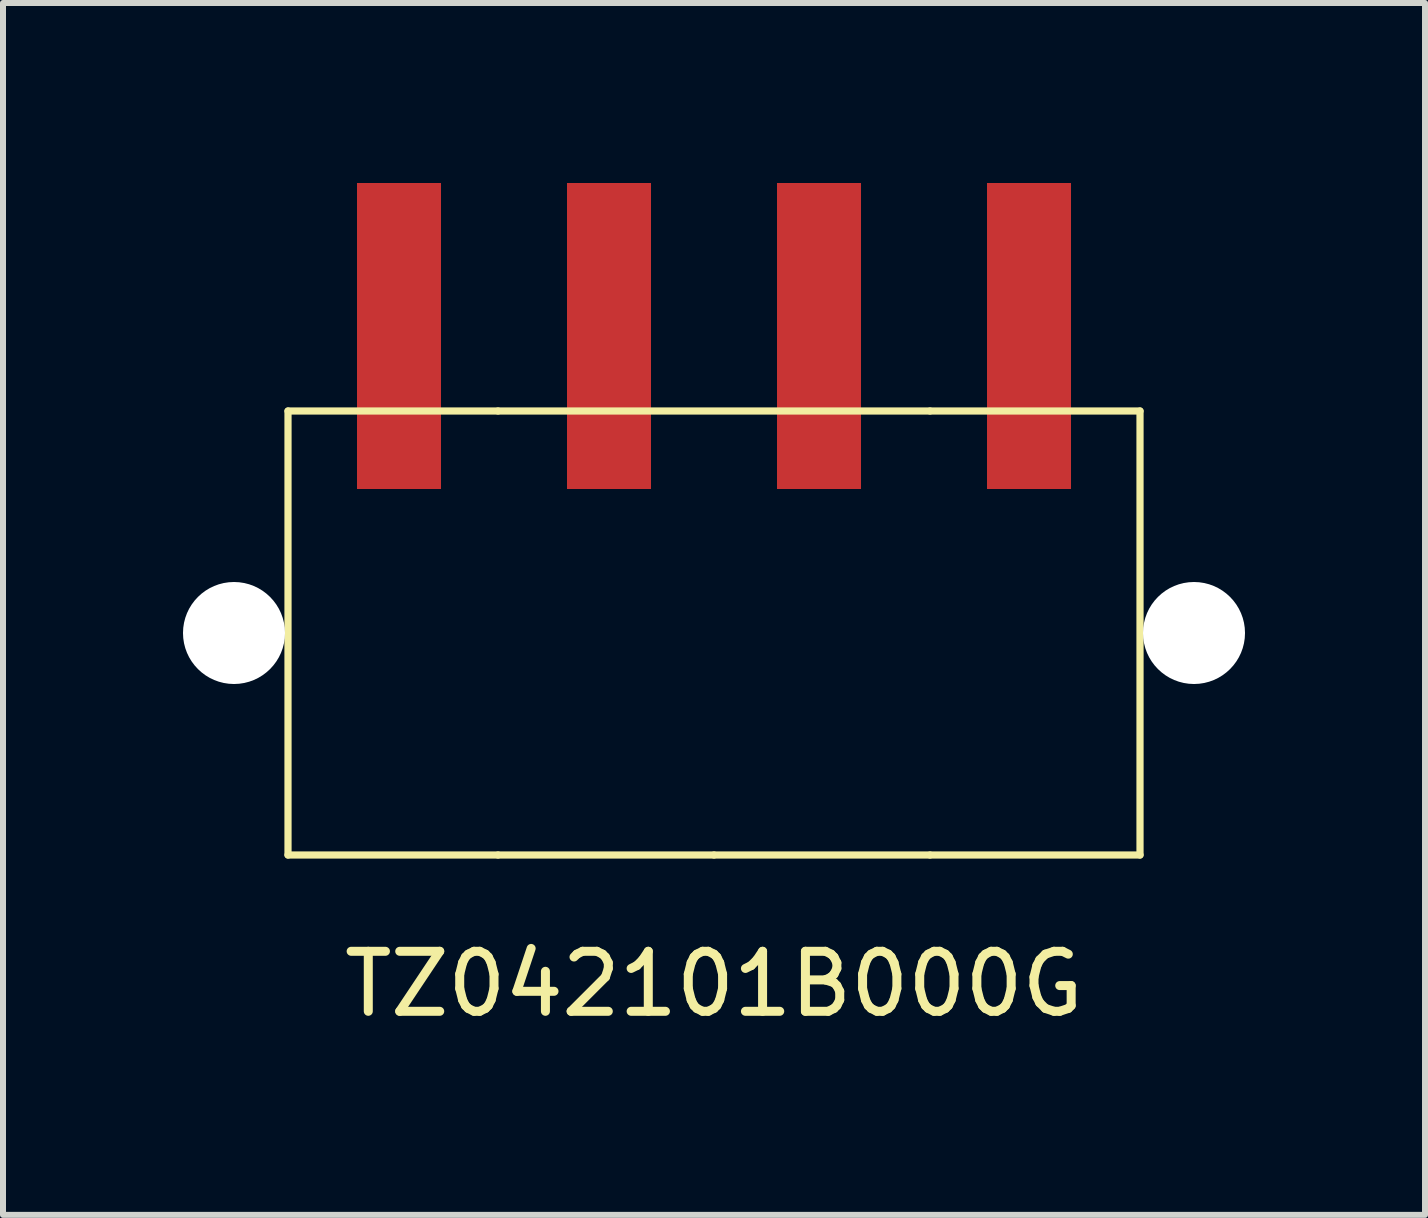
<source format=kicad_pcb>
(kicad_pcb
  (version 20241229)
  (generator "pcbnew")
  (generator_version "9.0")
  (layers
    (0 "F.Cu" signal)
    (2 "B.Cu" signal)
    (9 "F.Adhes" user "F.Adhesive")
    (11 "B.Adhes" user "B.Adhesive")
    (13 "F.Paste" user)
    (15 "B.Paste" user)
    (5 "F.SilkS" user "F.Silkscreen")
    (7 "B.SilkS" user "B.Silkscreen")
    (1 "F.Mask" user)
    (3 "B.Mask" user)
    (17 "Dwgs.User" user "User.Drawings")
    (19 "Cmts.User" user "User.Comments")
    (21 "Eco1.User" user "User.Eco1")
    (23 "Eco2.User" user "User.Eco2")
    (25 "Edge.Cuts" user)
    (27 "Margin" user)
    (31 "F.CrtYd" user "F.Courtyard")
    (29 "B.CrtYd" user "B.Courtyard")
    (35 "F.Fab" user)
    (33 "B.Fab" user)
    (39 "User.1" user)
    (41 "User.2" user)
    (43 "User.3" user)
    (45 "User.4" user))
  (footprint "TZ042101B000G"
    (layer "F.Cu")
    (at 8.85 7.5)
    (property "Reference" "TZ042101B000G" (at 0 5.85 0) (layer "F.SilkS") (effects (font (size 1 1) (thickness 0.15))))
    (attr through_hole)
    (fp_line (start -7.1 -3.7) (end -3.6 -3.7) (stroke (width 0.12) (type solid)) (layer "F.SilkS"))
    (fp_line (start -7.1 3.7) (end -7.1 -3.7) (stroke (width 0.12) (type solid)) (layer "F.SilkS"))
    (fp_line (start -3.6 -3.7) (end 3.6 -3.7) (stroke (width 0.12) (type solid)) (layer "F.SilkS"))
    (fp_line (start -3.6 3.7) (end -7.1 3.7) (stroke (width 0.12) (type solid)) (layer "F.SilkS"))
    (fp_line (start 0 3.7) (end -3.6 3.7) (stroke (width 0.12) (type solid)) (layer "F.SilkS"))
    (fp_line (start 3.6 -3.7) (end 7.1 -3.7) (stroke (width 0.12) (type solid)) (layer "F.SilkS"))
    (fp_line (start 3.6 3.7) (end 0 3.7) (stroke (width 0.12) (type solid)) (layer "F.SilkS"))
    (fp_line (start 7.1 -3.7) (end 7.1 3.7) (stroke (width 0.12) (type solid)) (layer "F.SilkS"))
    (fp_line (start 7.1 3.7) (end 3.6 3.7) (stroke (width 0.12) (type solid)) (layer "F.SilkS"))
    (pad "" np_thru_hole circle (at -8 0) (size 1.7 1.7) (drill 1.7) (layers "*.Cu" "*.Mask"))
    (pad "" np_thru_hole circle (at 8 0) (size 1.7 1.7) (drill 1.7) (layers "*.Cu" "*.Mask"))
    (pad "1" smd rect (at -5.25 -4.95) (size 1.4 5.1) (layers "F.Cu" "F.Mask" "F.Paste"))
    (pad "2" smd rect (at -1.75 -4.95) (size 1.4 5.1) (layers "F.Cu" "F.Mask" "F.Paste"))
    (pad "3" smd rect (at 1.75 -4.95) (size 1.4 5.1) (layers "F.Cu" "F.Mask" "F.Paste"))
    (pad "4" smd rect (at 5.25 -4.95) (size 1.4 5.1) (layers "F.Cu" "F.Mask" "F.Paste")))
  (gr_rect
    (start -3 -3)
    (end 20.7 17.198)
    (stroke (width 0.1) (type default))
    (fill no)
    (layer "Edge.Cuts")))
</source>
